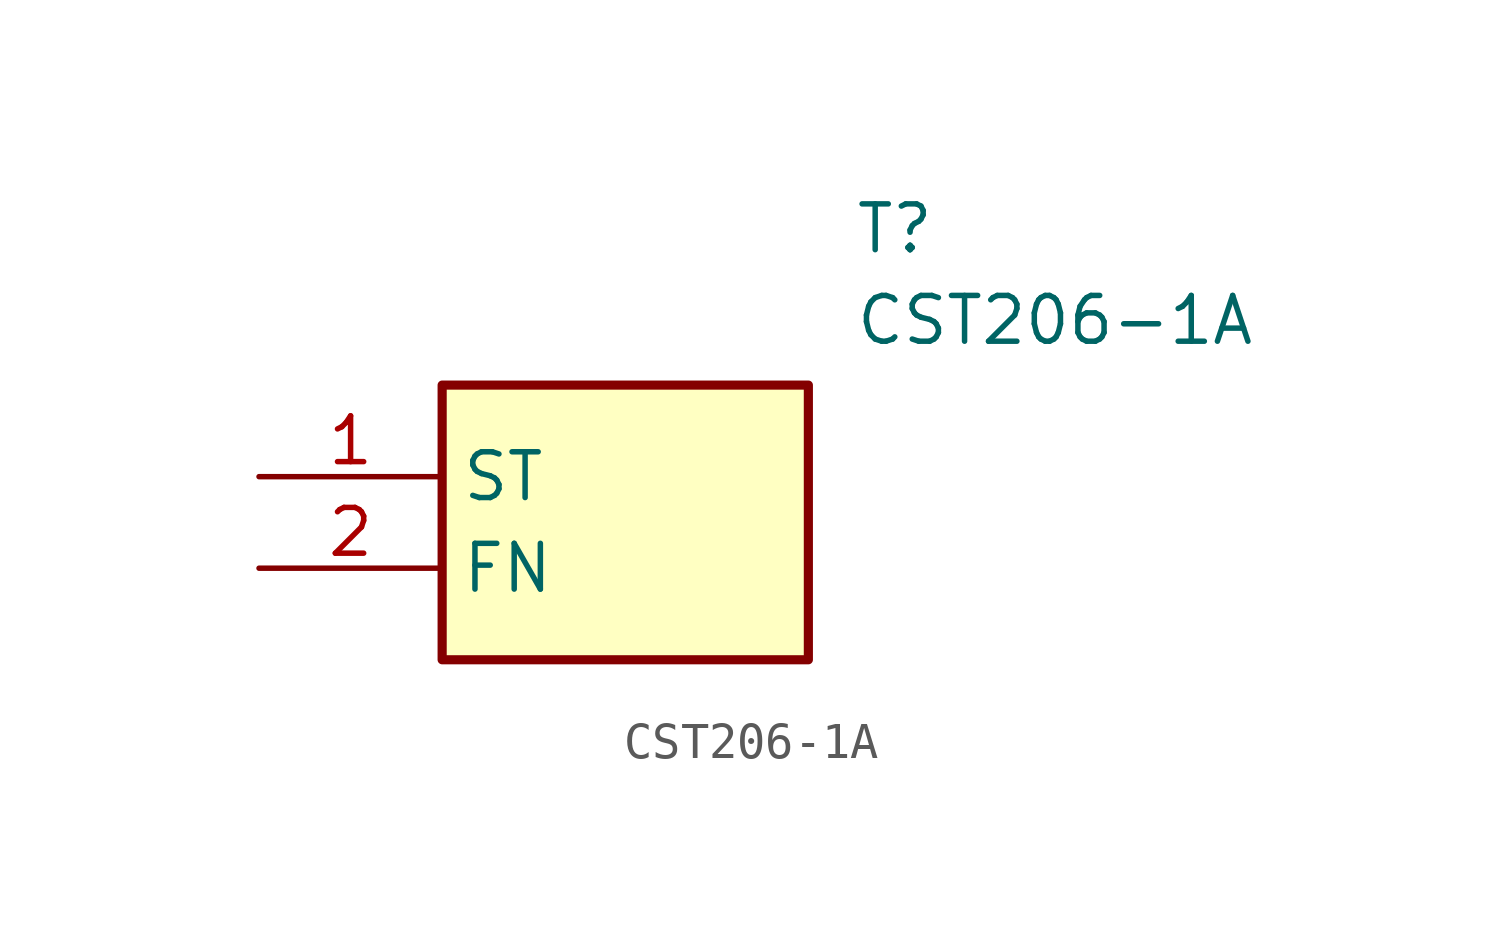
<source format=kicad_sym>
(kicad_symbol_lib
  (version 20211014)
  (generator SamacSys_ECAD_Model)
  (symbol "CST206-1A"
    (property "Reference" "T"
      (at 16.51 7.62 0)
      (effects (font (size 1.27 1.27)) (justify left top)))
    (property "Value" "CST206-1A"
      (at 16.51 5.08 0)
      (effects (font (size 1.27 1.27)) (justify left top)))
    (rectangle
      (start 5.08 2.54)
      (end 15.24 -5.08)
      (stroke (width 0.254) (type default))
      (fill (type background)))
    (pin passive line
      (at 0 0 0)
      (length 5.08)
      (name "ST" (effects (font (size 1.27 1.27))))
      (number "1" (effects (font (size 1.27 1.27)))))
    (pin passive line
      (at 0 -2.54 0)
      (length 5.08)
      (name "FN" (effects (font (size 1.27 1.27))))
      (number "2" (effects (font (size 1.27 1.27)))))))
</source>
